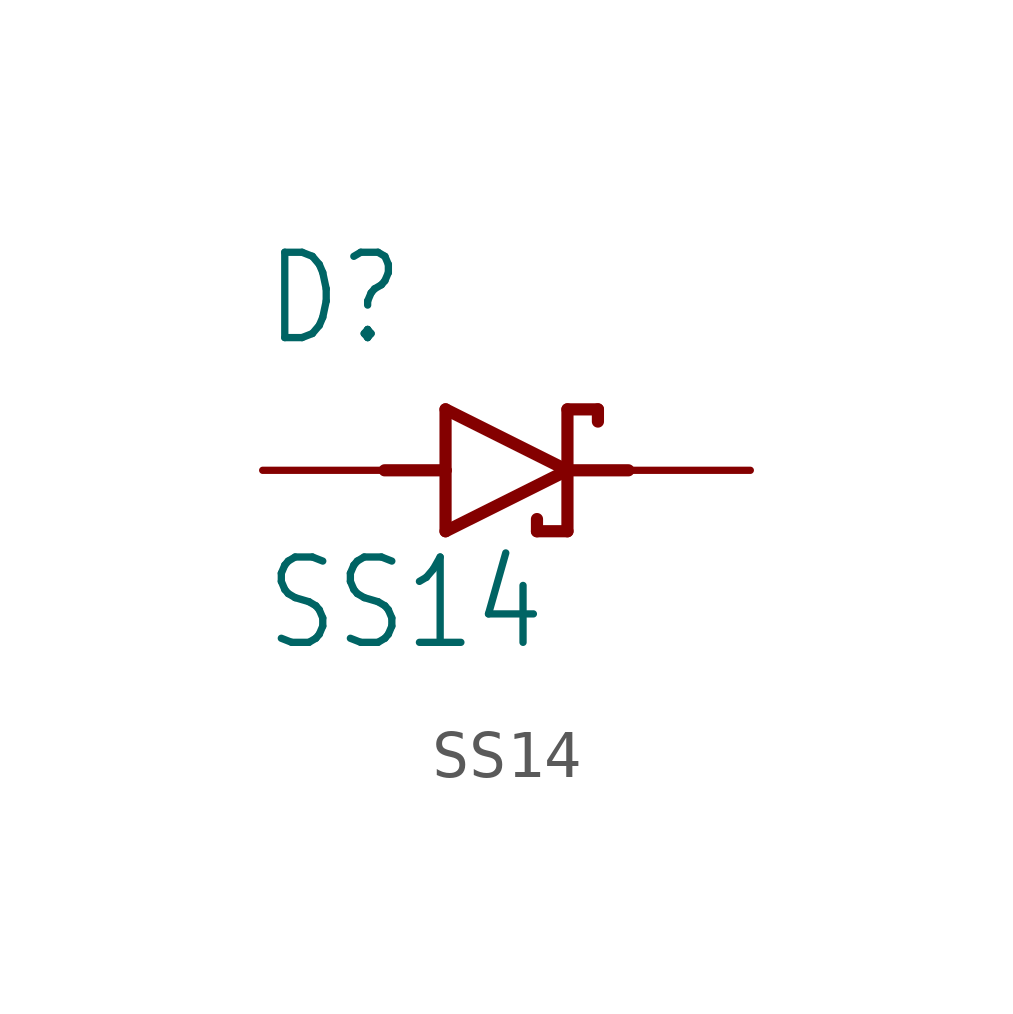
<source format=kicad_sym>
(kicad_symbol_lib
  (version 20211014)
  (generator kicad_symbol_editor)
  (symbol "SS14"
    (property "Reference" "D"
      (at -5.08 2.54 0)
      (effects (font (size 1.778 1.511)) (justify left bottom)))
    (property "Value" "SS14"
      (at -5.08 -3.81 0)
      (effects (font (size 1.778 1.511)) (justify left bottom)))
    (property "ki_locked" ""
      (at 0 0 0)
      (effects (font (size 1.27 1.27))))
    (symbol "SS14_1_0"
      (polyline (pts (xy -2.54 0) (xy -1.27 0)) (stroke (width 0.254) (type default) (color 0 0 0 0)) (fill (type none)))
      (polyline (pts (xy -1.27 -1.27) (xy 1.27 0)) (stroke (width 0.254) (type default) (color 0 0 0 0)) (fill (type none)))
      (polyline (pts (xy -1.27 0) (xy -1.27 -1.27)) (stroke (width 0.254) (type default) (color 0 0 0 0)) (fill (type none)))
      (polyline (pts (xy -1.27 1.27) (xy -1.27 0)) (stroke (width 0.254) (type default) (color 0 0 0 0)) (fill (type none)))
      (polyline (pts (xy 0.635 -1.016) (xy 0.635 -1.27)) (stroke (width 0.254) (type default) (color 0 0 0 0)) (fill (type none)))
      (polyline (pts (xy 1.27 -1.27) (xy 0.635 -1.27)) (stroke (width 0.254) (type default) (color 0 0 0 0)) (fill (type none)))
      (polyline (pts (xy 1.27 0) (xy -1.27 1.27)) (stroke (width 0.254) (type default) (color 0 0 0 0)) (fill (type none)))
      (polyline (pts (xy 1.27 0) (xy 1.27 -1.27)) (stroke (width 0.254) (type default) (color 0 0 0 0)) (fill (type none)))
      (polyline (pts (xy 1.27 1.27) (xy 1.27 0)) (stroke (width 0.254) (type default) (color 0 0 0 0)) (fill (type none)))
      (polyline (pts (xy 1.905 1.27) (xy 1.27 1.27)) (stroke (width 0.254) (type default) (color 0 0 0 0)) (fill (type none)))
      (polyline (pts (xy 1.905 1.27) (xy 1.905 1.016)) (stroke (width 0.254) (type default) (color 0 0 0 0)) (fill (type none)))
      (polyline (pts (xy 2.54 0) (xy 1.27 0)) (stroke (width 0.254) (type default) (color 0 0 0 0)) (fill (type none)))
      (pin passive line (at -5.08 0 0) (length 2.54) (name "A" (effects (font (size 0 0)))) (number "A" (effects (font (size 0 0)))))
      (pin passive line (at 5.08 0 180) (length 2.54) (name "K" (effects (font (size 0 0)))) (number "C" (effects (font (size 0 0))))))))
</source>
